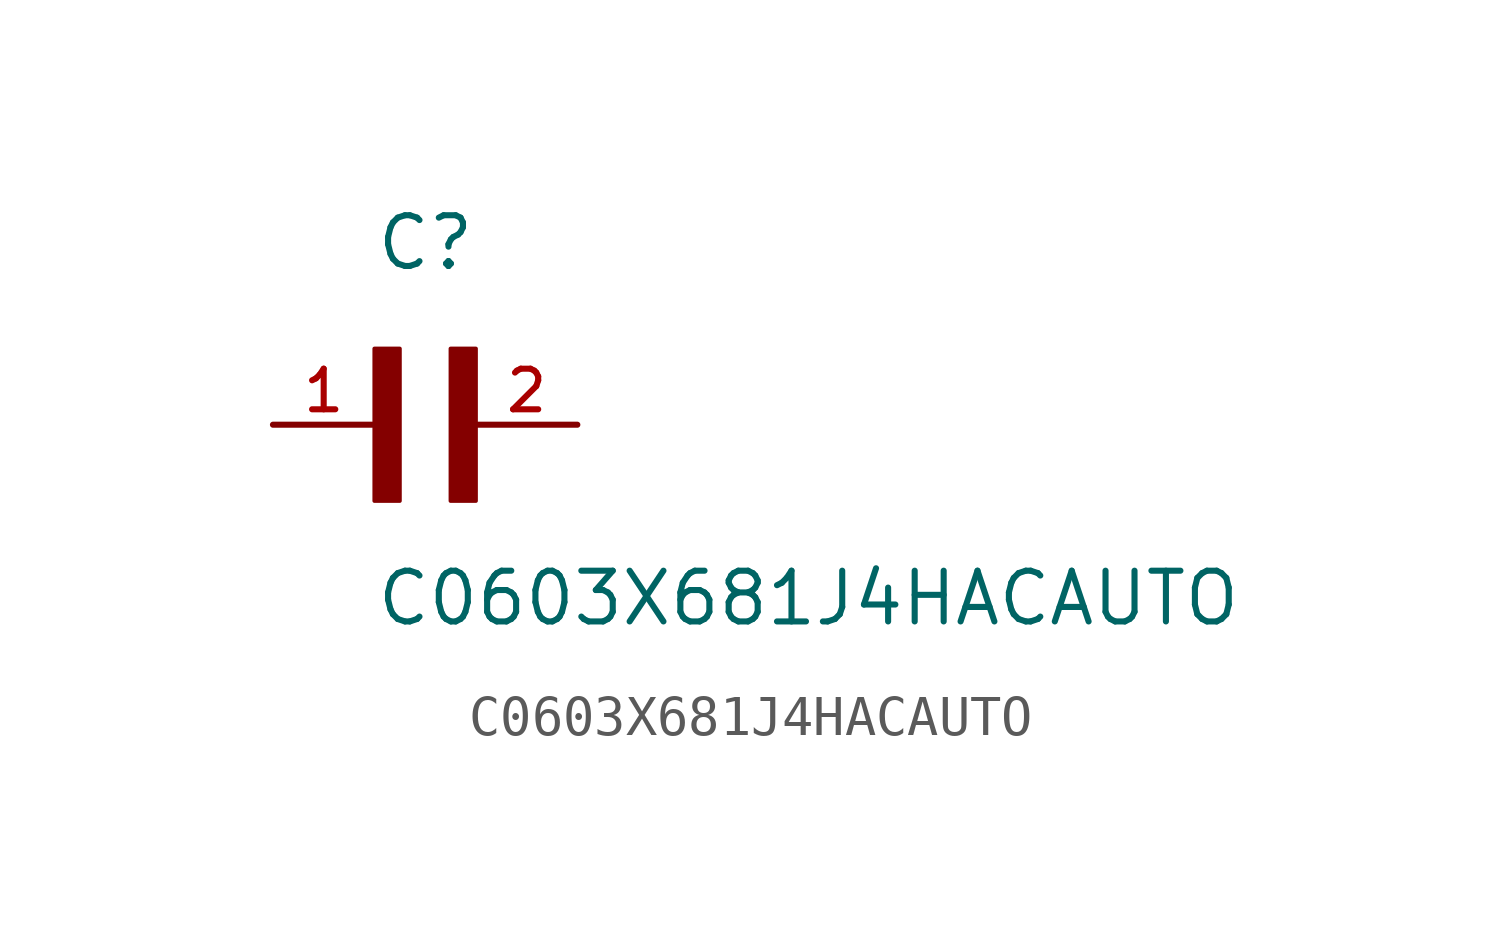
<source format=kicad_sym>
(kicad_symbol_lib
  (version 20211014)
  (generator kicad_symbol_editor)
  (symbol "C0603X681J4HACAUTO"
    (pin_names
      (offset 1.016))
    (property "Reference" "C"
      (at 0.0 3.811 0)
      (effects (font (size 1.27 1.27)) (justify bottom left)))
    (property "Value" "C0603X681J4HACAUTO"
      (at 0.0 -5.088 0)
      (effects (font (size 1.27 1.27)) (justify bottom left)))
    (symbol "C0603X681J4HACAUTO_0_0"
      (rectangle (start 0.0 -1.907) (end 0.635 1.905) (stroke (width 0.1)) (fill (type outline)))
      (rectangle (start 1.907 -1.907) (end 2.54 1.905) (stroke (width 0.1)) (fill (type outline)))
      (pin passive line (at 5.08 0.0 180.0) (length 2.54) (name "~" (effects (font (size 1.016 1.016)))) (number "2" (effects (font (size 1.016 1.016)))))
      (pin passive line (at -2.54 0.0 0) (length 2.54) (name "~" (effects (font (size 1.016 1.016)))) (number "1" (effects (font (size 1.016 1.016))))))))
</source>
